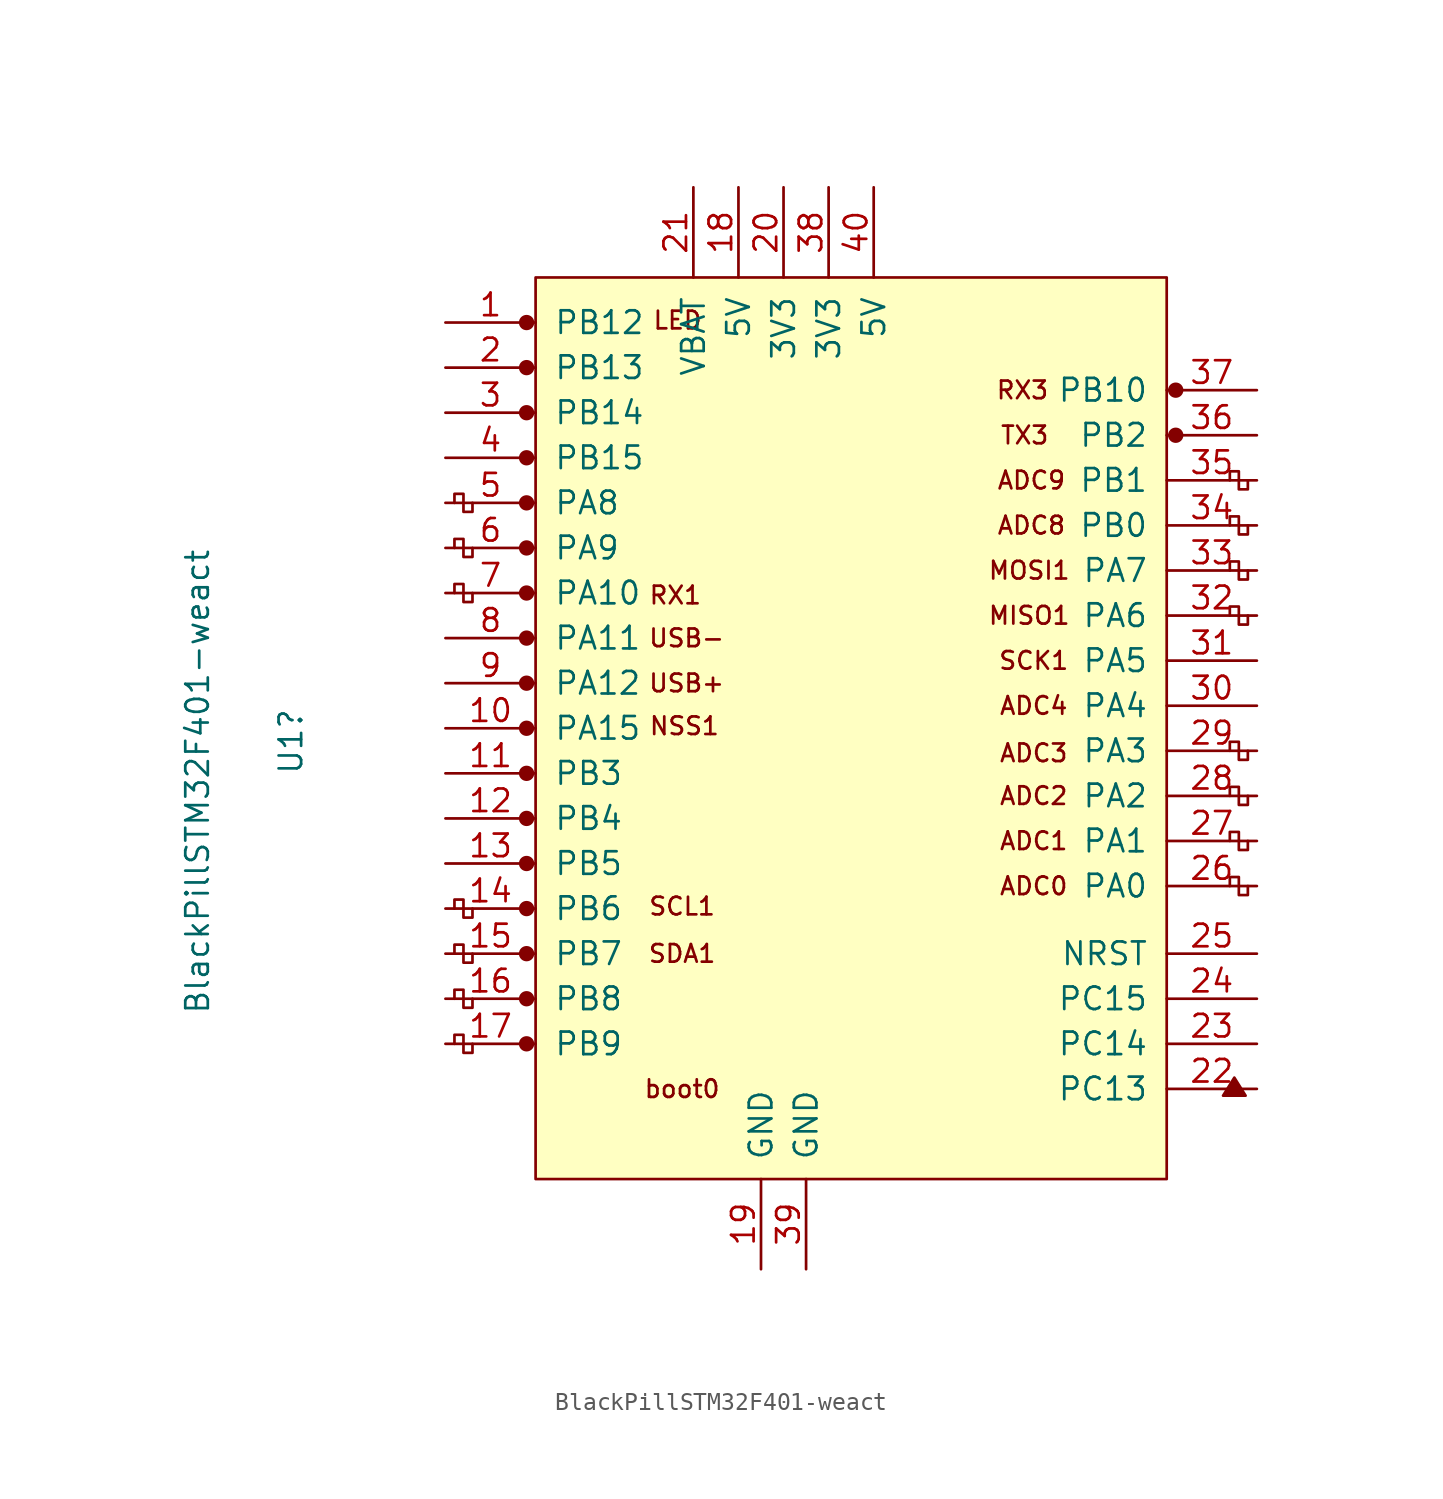
<source format=kicad_sym>
(kicad_symbol_lib
  (version 20211014)
  (generator kicad_symbol_editor)
  (symbol "BlackPillSTM32F401-weact"
    (pin_names
      (offset 1.016))
    (property "Reference" "U1"
      (at -31.572 1.168 90)
      (effects (font (size 1.27 1.27)) (justify right)))
    (property "Value" "BlackPillSTM32F401-weact"
      (at -36.83 10.16 90)
      (effects (font (size 1.27 1.27)) (justify right)))
    (symbol "BlackPillSTM32F401-weact_0_0"
      (circle (center -18.288 -12.7) (radius 0.356) (stroke (width 0) (type default) (color 0 0 0 0)) (fill (type outline)))
      (circle (center -18.288 -10.16) (radius 0.356) (stroke (width 0) (type default) (color 0 0 0 0)) (fill (type outline)))
      (circle (center -18.288 -7.62) (radius 0.356) (stroke (width 0) (type default) (color 0 0 0 0)) (fill (type outline)))
      (circle (center -18.288 -5.08) (radius 0.356) (stroke (width 0) (type default) (color 0 0 0 0)) (fill (type outline)))
      (circle (center -18.288 -2.54) (radius 0.356) (stroke (width 0) (type default) (color 0 0 0 0)) (fill (type outline)))
      (circle (center -18.288 0) (radius 0.356) (stroke (width 0) (type default) (color 0 0 0 0)) (fill (type outline)))
      (circle (center -18.288 2.54) (radius 0.356) (stroke (width 0) (type default) (color 0 0 0 0)) (fill (type outline)))
      (circle (center -18.288 5.08) (radius 0.356) (stroke (width 0) (type default) (color 0 0 0 0)) (fill (type outline)))
      (circle (center -18.288 7.62) (radius 0.356) (stroke (width 0) (type default) (color 0 0 0 0)) (fill (type outline)))
      (circle (center -18.288 10.16) (radius 0.356) (stroke (width 0) (type default) (color 0 0 0 0)) (fill (type outline)))
      (circle (center -18.288 12.7) (radius 0.356) (stroke (width 0) (type default) (color 0 0 0 0)) (fill (type outline)))
      (circle (center -18.288 15.24) (radius 0.356) (stroke (width 0) (type default) (color 0 0 0 0)) (fill (type outline)))
      (circle (center -18.288 17.78) (radius 0.356) (stroke (width 0) (type default) (color 0 0 0 0)) (fill (type outline)))
      (circle (center -18.288 22.86) (radius 0.356) (stroke (width 0) (type default) (color 0 0 0 0)) (fill (type outline)))
      (polyline (pts (xy 20.955 -20.701) (xy 21.59 -19.685) (xy 22.225 -20.701) (xy 20.955 -20.701) (xy 21.59 -19.812) (xy 22.098 -20.701) (xy 21.082 -20.574) (xy 21.59 -19.939) (xy 21.971 -20.701) (xy 21.209 -20.447) (xy 21.717 -20.066) (xy 21.844 -20.701) (xy 21.336 -20.32) (xy 21.844 -20.193) (xy 21.717 -20.574) (xy 21.463 -20.32) (xy 21.717 -20.447) (xy 21.59 -20.193)) (stroke (width 0) (type default) (color 0 0 0 0)) (fill (type none)))
      (circle (center 18.288 16.51) (radius 0.254) (stroke (width 0) (type default) (color 0 0 0 0)) (fill (type outline)))
      (circle (center 18.288 16.51) (radius 0.356) (stroke (width 0) (type default) (color 0 0 0 0)) (fill (type none)))
      (circle (center 18.288 19.05) (radius 0.254) (stroke (width 0) (type default) (color 0 0 0 0)) (fill (type outline)))
      (circle (center 18.288 19.05) (radius 0.356) (stroke (width 0) (type default) (color 0 0 0 0)) (fill (type none)))
      (text "ADC0" (at 10.287 -8.89 0) (effects (font (size 0.991 0.991))))
      (text "ADC1" (at 10.287 -6.35 0) (effects (font (size 0.991 0.991))))
      (text "ADC2" (at 10.287 -3.81 0) (effects (font (size 0.991 0.991))))
      (text "ADC3" (at 10.287 -1.397 0) (effects (font (size 0.991 0.991))))
      (text "ADC4" (at 10.287 1.27 0) (effects (font (size 0.991 0.991))))
      (text "ADC8" (at 10.16 11.43 0) (effects (font (size 0.991 0.991))))
      (text "ADC9" (at 10.16 13.97 0) (effects (font (size 0.991 0.991))))
      (text "LED" (at -9.779 22.987 0) (effects (font (size 0.991 0.991))))
      (text "MISO1" (at 10.033 6.35 0) (effects (font (size 0.991 0.991))))
      (text "MOSI1" (at 10.033 8.89 0) (effects (font (size 0.991 0.991))))
      (text "NSS1" (at -9.398 0.127 0) (effects (font (size 0.991 0.991))))
      (text "RX1" (at -9.906 7.493 0) (effects (font (size 0.991 0.991))))
      (text "RX3" (at 9.652 19.05 0) (effects (font (size 0.991 0.991))))
      (text "SCK1" (at 10.287 3.81 0) (effects (font (size 0.991 0.991))))
      (text "SCL1" (at -9.525 -10.033 0) (effects (font (size 0.991 0.991))))
      (text "SDA1" (at -9.525 -12.7 0) (effects (font (size 0.991 0.991))))
      (text "TX3" (at 9.779 16.51 0) (effects (font (size 0.991 0.991))))
      (text "USB+" (at -9.271 2.54 0) (effects (font (size 0.991 0.991))))
      (text "USB-" (at -9.271 5.08 0) (effects (font (size 0.991 0.991)))))
    (symbol "BlackPillSTM32F401-weact_0_1"
      (rectangle (start -17.78 25.4) (end 17.78 -25.4) (stroke (width 0) (type default) (color 0 0 0 0)) (fill (type background)))
      (polyline (pts (xy -21.336 -12.7) (xy -21.336 -13.208) (xy -21.844 -13.208) (xy -21.844 -12.192) (xy -22.352 -12.192) (xy -22.352 -12.7)) (stroke (width 0) (type default) (color 0 0 0 0)) (fill (type none)))
      (polyline (pts (xy -21.336 -10.16) (xy -21.336 -10.668) (xy -21.844 -10.668) (xy -21.844 -9.652) (xy -22.352 -9.652) (xy -22.352 -10.16)) (stroke (width 0) (type default) (color 0 0 0 0)) (fill (type none)))
      (polyline (pts (xy -21.336 7.62) (xy -21.336 7.112) (xy -21.844 7.112) (xy -21.844 8.128) (xy -22.352 8.128) (xy -22.352 7.62)) (stroke (width 0) (type default) (color 0 0 0 0)) (fill (type none)))
      (polyline (pts (xy -21.336 10.16) (xy -21.336 9.652) (xy -21.844 9.652) (xy -21.844 10.668) (xy -22.352 10.668) (xy -22.352 10.16)) (stroke (width 0) (type default) (color 0 0 0 0)) (fill (type none)))
      (polyline (pts (xy -21.336 12.7) (xy -21.336 12.192) (xy -21.844 12.192) (xy -21.844 13.208) (xy -22.352 13.208) (xy -22.352 12.7)) (stroke (width 0) (type default) (color 0 0 0 0)) (fill (type none)))
      (polyline (pts (xy 22.352 -8.89) (xy 22.352 -9.398) (xy 21.844 -9.398) (xy 21.844 -8.382) (xy 21.336 -8.382) (xy 21.336 -8.89)) (stroke (width 0) (type default) (color 0 0 0 0)) (fill (type none)))
      (polyline (pts (xy 22.352 -6.35) (xy 22.352 -6.858) (xy 21.844 -6.858) (xy 21.844 -5.842) (xy 21.336 -5.842) (xy 21.336 -6.35)) (stroke (width 0) (type default) (color 0 0 0 0)) (fill (type none)))
      (polyline (pts (xy 22.352 -3.81) (xy 22.352 -4.318) (xy 21.844 -4.318) (xy 21.844 -3.302) (xy 21.336 -3.302) (xy 21.336 -3.81)) (stroke (width 0) (type default) (color 0 0 0 0)) (fill (type none)))
      (polyline (pts (xy 22.352 -1.27) (xy 22.352 -1.778) (xy 21.844 -1.778) (xy 21.844 -0.762) (xy 21.336 -0.762) (xy 21.336 -1.27)) (stroke (width 0) (type default) (color 0 0 0 0)) (fill (type none)))
      (polyline (pts (xy 22.352 6.35) (xy 22.352 5.842) (xy 21.844 5.842) (xy 21.844 6.858) (xy 21.336 6.858) (xy 21.336 6.35)) (stroke (width 0) (type default) (color 0 0 0 0)) (fill (type none)))
      (polyline (pts (xy 22.352 8.89) (xy 22.352 8.382) (xy 21.844 8.382) (xy 21.844 9.398) (xy 21.336 9.398) (xy 21.336 8.89)) (stroke (width 0) (type default) (color 0 0 0 0)) (fill (type none)))
      (polyline (pts (xy 22.352 11.43) (xy 22.352 10.922) (xy 21.844 10.922) (xy 21.844 11.938) (xy 21.336 11.938) (xy 21.336 11.43)) (stroke (width 0) (type default) (color 0 0 0 0)) (fill (type none)))
      (polyline (pts (xy 22.352 13.97) (xy 22.352 13.462) (xy 21.844 13.462) (xy 21.844 14.478) (xy 21.336 14.478) (xy 21.336 13.97)) (stroke (width 0) (type default) (color 0 0 0 0)) (fill (type none))))
    (symbol "BlackPillSTM32F401-weact_1_1"
      (circle (center -18.288 -17.78) (radius 0.356) (stroke (width 0) (type default) (color 0 0 0 0)) (fill (type outline)))
      (circle (center -18.288 -15.24) (radius 0.356) (stroke (width 0) (type default) (color 0 0 0 0)) (fill (type outline)))
      (circle (center -18.288 20.32) (radius 0.356) (stroke (width 0) (type default) (color 0 0 0 0)) (fill (type outline)))
      (polyline (pts (xy -21.336 -17.78) (xy -21.336 -18.288) (xy -21.844 -18.288) (xy -21.844 -17.272) (xy -22.352 -17.272) (xy -22.352 -17.78)) (stroke (width 0) (type default) (color 0 0 0 0)) (fill (type none)))
      (polyline (pts (xy -21.336 -15.24) (xy -21.336 -15.748) (xy -21.844 -15.748) (xy -21.844 -14.732) (xy -22.352 -14.732) (xy -22.352 -15.24)) (stroke (width 0) (type default) (color 0 0 0 0)) (fill (type none)))
      (text "boot0" (at -9.525 -20.32 0) (effects (font (size 0.991 0.991))))
      (pin bidirectional line (at -22.86 22.86 0) (length 5.08) (name "PB12" (effects (font (size 1.27 1.27)))) (number "1" (effects (font (size 1.27 1.27)))))
      (pin bidirectional line (at -22.86 0 0) (length 5.08) (name "PA15" (effects (font (size 1.27 1.27)))) (number "10" (effects (font (size 1.27 1.27)))))
      (pin bidirectional line (at -22.86 -2.54 0) (length 5.08) (name "PB3" (effects (font (size 1.27 1.27)))) (number "11" (effects (font (size 1.27 1.27)))))
      (pin bidirectional line (at -22.86 -5.08 0) (length 5.08) (name "PB4" (effects (font (size 1.27 1.27)))) (number "12" (effects (font (size 1.27 1.27)))))
      (pin bidirectional line (at -22.86 -7.62 0) (length 5.08) (name "PB5" (effects (font (size 1.27 1.27)))) (number "13" (effects (font (size 1.27 1.27)))))
      (pin bidirectional line (at -22.86 -10.16 0) (length 5.08) (name "PB6" (effects (font (size 1.27 1.27)))) (number "14" (effects (font (size 1.27 1.27)))))
      (pin bidirectional line (at -22.86 -12.7 0) (length 5.08) (name "PB7" (effects (font (size 1.27 1.27)))) (number "15" (effects (font (size 1.27 1.27)))))
      (pin bidirectional line (at -22.86 -15.24 0) (length 5.08) (name "PB8" (effects (font (size 1.27 1.27)))) (number "16" (effects (font (size 1.27 1.27)))))
      (pin bidirectional line (at -22.86 -17.78 0) (length 5.08) (name "PB9" (effects (font (size 1.27 1.27)))) (number "17" (effects (font (size 1.27 1.27)))))
      (pin power_in line (at -6.35 30.48 270) (length 5.08) (name "5V" (effects (font (size 1.27 1.27)))) (number "18" (effects (font (size 1.27 1.27)))))
      (pin power_in line (at -5.08 -30.48 90) (length 5.08) (name "GND" (effects (font (size 1.27 1.27)))) (number "19" (effects (font (size 1.27 1.27)))))
      (pin bidirectional line (at -22.86 20.32 0) (length 5.08) (name "PB13" (effects (font (size 1.27 1.27)))) (number "2" (effects (font (size 1.27 1.27)))))
      (pin power_in line (at -3.81 30.48 270) (length 5.08) (name "3V3" (effects (font (size 1.27 1.27)))) (number "20" (effects (font (size 1.27 1.27)))))
      (pin power_in line (at -8.89 30.48 270) (length 5.08) (name "VBAT" (effects (font (size 1.27 1.27)))) (number "21" (effects (font (size 1.27 1.27)))))
      (pin bidirectional line (at 22.86 -20.32 180) (length 5.08) (name "PC13" (effects (font (size 1.27 1.27)))) (number "22" (effects (font (size 1.27 1.27)))))
      (pin bidirectional line (at 22.86 -17.78 180) (length 5.08) (name "PC14" (effects (font (size 1.27 1.27)))) (number "23" (effects (font (size 1.27 1.27)))))
      (pin bidirectional line (at 22.86 -15.24 180) (length 5.08) (name "PC15" (effects (font (size 1.27 1.27)))) (number "24" (effects (font (size 1.27 1.27)))))
      (pin input line (at 22.86 -12.7 180) (length 5.08) (name "NRST" (effects (font (size 1.27 1.27)))) (number "25" (effects (font (size 1.27 1.27)))))
      (pin bidirectional line (at 22.86 -8.89 180) (length 5.08) (name "PA0" (effects (font (size 1.27 1.27)))) (number "26" (effects (font (size 1.27 1.27)))))
      (pin bidirectional line (at 22.86 -6.35 180) (length 5.08) (name "PA1" (effects (font (size 1.27 1.27)))) (number "27" (effects (font (size 1.27 1.27)))))
      (pin bidirectional line (at 22.86 -3.81 180) (length 5.08) (name "PA2" (effects (font (size 1.27 1.27)))) (number "28" (effects (font (size 1.27 1.27)))))
      (pin bidirectional line (at 22.86 -1.27 180) (length 5.08) (name "PA3" (effects (font (size 1.27 1.27)))) (number "29" (effects (font (size 1.27 1.27)))))
      (pin bidirectional line (at -22.86 17.78 0) (length 5.08) (name "PB14" (effects (font (size 1.27 1.27)))) (number "3" (effects (font (size 1.27 1.27)))))
      (pin bidirectional line (at 22.86 1.27 180) (length 5.08) (name "PA4" (effects (font (size 1.27 1.27)))) (number "30" (effects (font (size 1.27 1.27)))))
      (pin bidirectional line (at 22.86 3.81 180) (length 5.08) (name "PA5" (effects (font (size 1.27 1.27)))) (number "31" (effects (font (size 1.27 1.27)))))
      (pin bidirectional line (at 22.86 6.35 180) (length 5.08) (name "PA6" (effects (font (size 1.27 1.27)))) (number "32" (effects (font (size 1.27 1.27)))))
      (pin bidirectional line (at 22.86 8.89 180) (length 5.08) (name "PA7" (effects (font (size 1.27 1.27)))) (number "33" (effects (font (size 1.27 1.27)))))
      (pin bidirectional line (at 22.86 11.43 180) (length 5.08) (name "PB0" (effects (font (size 1.27 1.27)))) (number "34" (effects (font (size 1.27 1.27)))))
      (pin bidirectional line (at 22.86 13.97 180) (length 5.08) (name "PB1" (effects (font (size 1.27 1.27)))) (number "35" (effects (font (size 1.27 1.27)))))
      (pin bidirectional line (at 22.86 16.51 180) (length 5.08) (name "PB2" (effects (font (size 1.27 1.27)))) (number "36" (effects (font (size 1.27 1.27)))))
      (pin bidirectional line (at 22.86 19.05 180) (length 5.08) (name "PB10" (effects (font (size 1.27 1.27)))) (number "37" (effects (font (size 1.27 1.27)))))
      (pin power_in line (at -1.27 30.48 270) (length 5.08) (name "3V3" (effects (font (size 1.27 1.27)))) (number "38" (effects (font (size 1.27 1.27)))))
      (pin power_in line (at -2.54 -30.48 90) (length 5.08) (name "GND" (effects (font (size 1.27 1.27)))) (number "39" (effects (font (size 1.27 1.27)))))
      (pin bidirectional line (at -22.86 15.24 0) (length 5.08) (name "PB15" (effects (font (size 1.27 1.27)))) (number "4" (effects (font (size 1.27 1.27)))))
      (pin power_in line (at 1.27 30.48 270) (length 5.08) (name "5V" (effects (font (size 1.27 1.27)))) (number "40" (effects (font (size 1.27 1.27)))))
      (pin bidirectional line (at -22.86 12.7 0) (length 5.08) (name "PA8" (effects (font (size 1.27 1.27)))) (number "5" (effects (font (size 1.27 1.27)))))
      (pin bidirectional line (at -22.86 10.16 0) (length 5.08) (name "PA9" (effects (font (size 1.27 1.27)))) (number "6" (effects (font (size 1.27 1.27)))))
      (pin bidirectional line (at -22.86 7.62 0) (length 5.08) (name "PA10" (effects (font (size 1.27 1.27)))) (number "7" (effects (font (size 1.27 1.27)))))
      (pin bidirectional line (at -22.86 5.08 0) (length 5.08) (name "PA11" (effects (font (size 1.27 1.27)))) (number "8" (effects (font (size 1.27 1.27)))))
      (pin bidirectional line (at -22.86 2.54 0) (length 5.08) (name "PA12" (effects (font (size 1.27 1.27)))) (number "9" (effects (font (size 1.27 1.27))))))))
</source>
